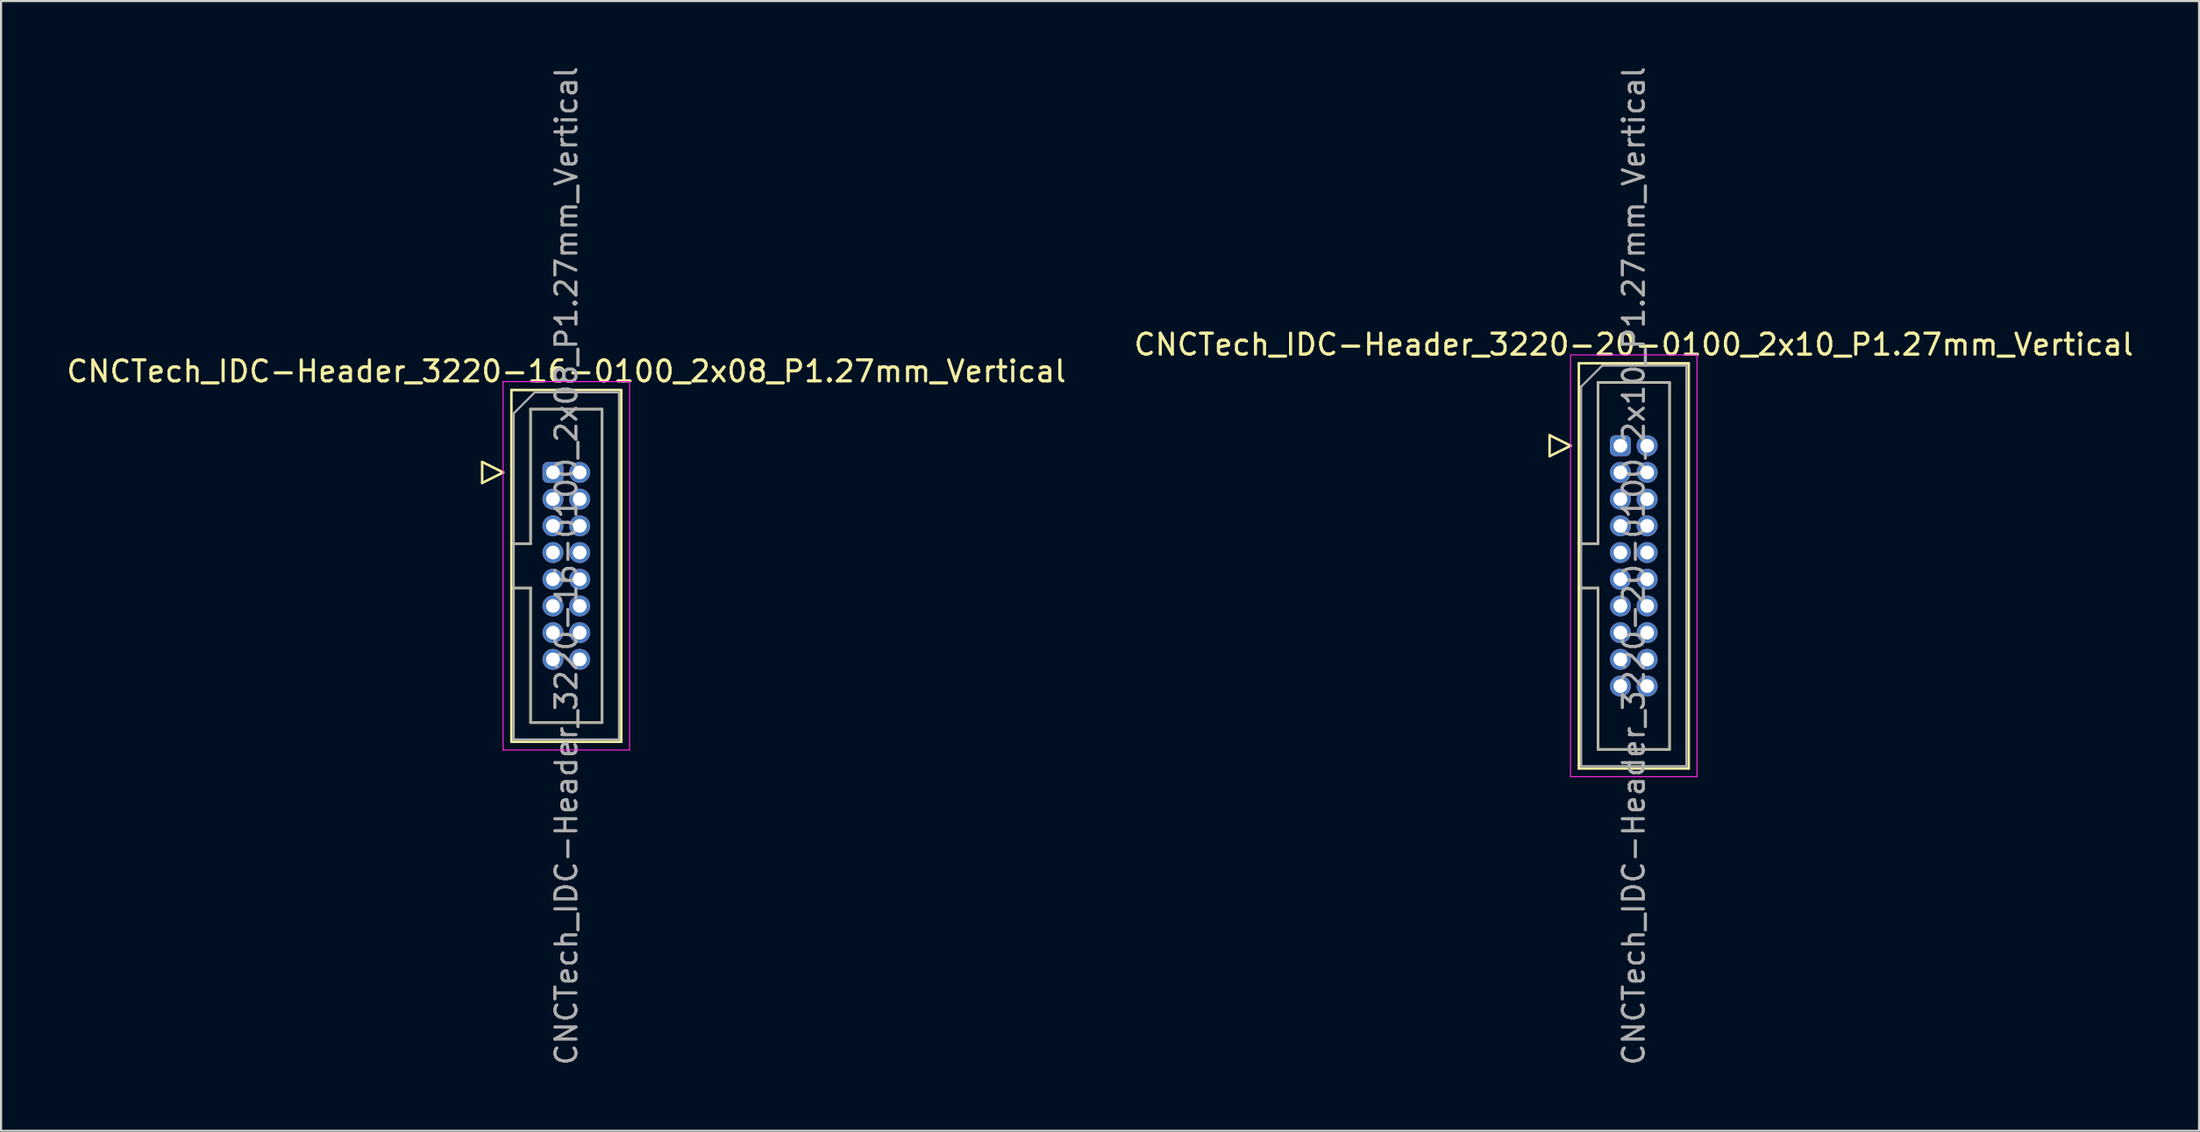
<source format=kicad_pcb>
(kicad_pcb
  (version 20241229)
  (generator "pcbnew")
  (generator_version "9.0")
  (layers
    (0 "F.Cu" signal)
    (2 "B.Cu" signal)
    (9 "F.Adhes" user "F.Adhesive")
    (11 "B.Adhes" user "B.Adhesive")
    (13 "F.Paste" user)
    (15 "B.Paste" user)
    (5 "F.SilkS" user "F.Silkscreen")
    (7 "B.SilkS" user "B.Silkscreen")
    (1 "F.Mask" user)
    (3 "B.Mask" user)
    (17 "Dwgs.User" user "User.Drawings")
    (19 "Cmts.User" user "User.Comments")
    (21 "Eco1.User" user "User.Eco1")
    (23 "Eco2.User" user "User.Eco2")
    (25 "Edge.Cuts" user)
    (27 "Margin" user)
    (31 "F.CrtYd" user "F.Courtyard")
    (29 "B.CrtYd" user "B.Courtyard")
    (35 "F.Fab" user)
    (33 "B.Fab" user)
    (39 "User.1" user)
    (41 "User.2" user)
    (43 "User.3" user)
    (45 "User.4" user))
  (footprint "CNCTech_IDC-Header_3220-16-0100_2x08_P1.27mm_Vertical"
    (layer "F.Cu")
    (at 23.228 19.418)
    (property "Reference" "CNCTech_IDC-Header_3220-16-0100_2x08_P1.27mm_Vertical" (at 0.635 -4.81 0) (layer "F.SilkS") (effects (font (size 1 1) (thickness 0.15))))
    (attr through_hole)
    (fp_line (start -3.365 -0.5) (end -3.365 0.5) (stroke (width 0.12) (type solid)) (layer "F.SilkS"))
    (fp_line (start -3.365 0.5) (end -2.365 0) (stroke (width 0.12) (type solid)) (layer "F.SilkS"))
    (fp_line (start -2.365 0) (end -3.365 -0.5) (stroke (width 0.12) (type solid)) (layer "F.SilkS"))
    (fp_line (start -1.975 -3.92) (end 3.245 -3.92) (stroke (width 0.12) (type solid)) (layer "F.SilkS"))
    (fp_line (start -1.975 3.395) (end -1.065 3.395) (stroke (width 0.12) (type solid)) (layer "F.SilkS"))
    (fp_line (start -1.975 12.81) (end -1.975 -3.92) (stroke (width 0.12) (type solid)) (layer "F.SilkS"))
    (fp_line (start -1.065 -3.01) (end 2.335 -3.01) (stroke (width 0.12) (type solid)) (layer "F.SilkS"))
    (fp_line (start -1.065 3.395) (end -1.065 -3.01) (stroke (width 0.12) (type solid)) (layer "F.SilkS"))
    (fp_line (start -1.065 5.495) (end -1.975 5.495) (stroke (width 0.12) (type solid)) (layer "F.SilkS"))
    (fp_line (start -1.065 5.495) (end -1.065 5.495) (stroke (width 0.12) (type solid)) (layer "F.SilkS"))
    (fp_line (start -1.065 11.9) (end -1.065 5.495) (stroke (width 0.12) (type solid)) (layer "F.SilkS"))
    (fp_line (start 2.335 -3.01) (end 2.335 11.9) (stroke (width 0.12) (type solid)) (layer "F.SilkS"))
    (fp_line (start 2.335 11.9) (end -1.065 11.9) (stroke (width 0.12) (type solid)) (layer "F.SilkS"))
    (fp_line (start 3.245 -3.92) (end 3.245 12.81) (stroke (width 0.12) (type solid)) (layer "F.SilkS"))
    (fp_line (start 3.245 12.81) (end -1.975 12.81) (stroke (width 0.12) (type solid)) (layer "F.SilkS"))
    (fp_line (start -2.37 -4.32) (end -2.37 13.2) (stroke (width 0.05) (type solid)) (layer "F.CrtYd"))
    (fp_line (start -2.37 13.2) (end 3.64 13.2) (stroke (width 0.05) (type solid)) (layer "F.CrtYd"))
    (fp_line (start 3.64 -4.32) (end -2.37 -4.32) (stroke (width 0.05) (type solid)) (layer "F.CrtYd"))
    (fp_line (start 3.64 13.2) (end 3.64 -4.32) (stroke (width 0.05) (type solid)) (layer "F.CrtYd"))
    (fp_line (start -1.865 -2.81) (end -0.865 -3.81) (stroke (width 0.1) (type solid)) (layer "F.Fab"))
    (fp_line (start -1.865 3.395) (end -1.065 3.395) (stroke (width 0.1) (type solid)) (layer "F.Fab"))
    (fp_line (start -1.865 12.7) (end -1.865 -2.81) (stroke (width 0.1) (type solid)) (layer "F.Fab"))
    (fp_line (start -1.065 -3.01) (end 2.335 -3.01) (stroke (width 0.1) (type solid)) (layer "F.Fab"))
    (fp_line (start -1.065 3.395) (end -1.065 -3.01) (stroke (width 0.1) (type solid)) (layer "F.Fab"))
    (fp_line (start -1.065 5.495) (end -1.865 5.495) (stroke (width 0.1) (type solid)) (layer "F.Fab"))
    (fp_line (start -1.065 5.495) (end -1.065 5.495) (stroke (width 0.1) (type solid)) (layer "F.Fab"))
    (fp_line (start -1.065 11.9) (end -1.065 5.495) (stroke (width 0.1) (type solid)) (layer "F.Fab"))
    (fp_line (start -0.865 -3.81) (end 3.135 -3.81) (stroke (width 0.1) (type solid)) (layer "F.Fab"))
    (fp_line (start 2.335 -3.01) (end 2.335 11.9) (stroke (width 0.1) (type solid)) (layer "F.Fab"))
    (fp_line (start 2.335 11.9) (end -1.065 11.9) (stroke (width 0.1) (type solid)) (layer "F.Fab"))
    (fp_line (start 3.135 -3.81) (end 3.135 12.7) (stroke (width 0.1) (type solid)) (layer "F.Fab"))
    (fp_line (start 3.135 12.7) (end -1.865 12.7) (stroke (width 0.1) (type solid)) (layer "F.Fab"))
    (fp_text user "${REFERENCE}" (at 0.635 4.445 90) (layer "F.Fab") (effects (font (size 1 1) (thickness 0.15))))
    (pad "1" thru_hole roundrect (at 0 0) (size 1 1) (drill 0.65) (layers "*.Cu" "*.Mask") (roundrect_rratio 0.25))
    (pad "2" thru_hole circle (at 1.27 0) (size 1 1) (drill 0.65) (layers "*.Cu" "*.Mask"))
    (pad "3" thru_hole circle (at 0 1.27) (size 1 1) (drill 0.65) (layers "*.Cu" "*.Mask"))
    (pad "4" thru_hole circle (at 1.27 1.27) (size 1 1) (drill 0.65) (layers "*.Cu" "*.Mask"))
    (pad "5" thru_hole circle (at 0 2.54) (size 1 1) (drill 0.65) (layers "*.Cu" "*.Mask"))
    (pad "6" thru_hole circle (at 1.27 2.54) (size 1 1) (drill 0.65) (layers "*.Cu" "*.Mask"))
    (pad "7" thru_hole circle (at 0 3.81) (size 1 1) (drill 0.65) (layers "*.Cu" "*.Mask"))
    (pad "8" thru_hole circle (at 1.27 3.81) (size 1 1) (drill 0.65) (layers "*.Cu" "*.Mask"))
    (pad "9" thru_hole circle (at 0 5.08) (size 1 1) (drill 0.65) (layers "*.Cu" "*.Mask"))
    (pad "10" thru_hole circle (at 1.27 5.08) (size 1 1) (drill 0.65) (layers "*.Cu" "*.Mask"))
    (pad "11" thru_hole circle (at 0 6.35) (size 1 1) (drill 0.65) (layers "*.Cu" "*.Mask"))
    (pad "12" thru_hole circle (at 1.27 6.35) (size 1 1) (drill 0.65) (layers "*.Cu" "*.Mask"))
    (pad "13" thru_hole circle (at 0 7.62) (size 1 1) (drill 0.65) (layers "*.Cu" "*.Mask"))
    (pad "14" thru_hole circle (at 1.27 7.62) (size 1 1) (drill 0.65) (layers "*.Cu" "*.Mask"))
    (pad "15" thru_hole circle (at 0 8.89) (size 1 1) (drill 0.65) (layers "*.Cu" "*.Mask"))
    (pad "16" thru_hole circle (at 1.27 8.89) (size 1 1) (drill 0.65) (layers "*.Cu" "*.Mask")))
  (footprint "CNCTech_IDC-Header_3220-20-0100_2x10_P1.27mm_Vertical"
    (layer "F.Cu")
    (at 73.954 18.148)
    (property "Reference" "CNCTech_IDC-Header_3220-20-0100_2x10_P1.27mm_Vertical" (at 0.635 -4.81 0) (layer "F.SilkS") (effects (font (size 1 1) (thickness 0.15))))
    (attr through_hole)
    (fp_line (start -3.365 -0.5) (end -3.365 0.5) (stroke (width 0.12) (type solid)) (layer "F.SilkS"))
    (fp_line (start -3.365 0.5) (end -2.365 0) (stroke (width 0.12) (type solid)) (layer "F.SilkS"))
    (fp_line (start -2.365 0) (end -3.365 -0.5) (stroke (width 0.12) (type solid)) (layer "F.SilkS"))
    (fp_line (start -1.975 -3.92) (end 3.245 -3.92) (stroke (width 0.12) (type solid)) (layer "F.SilkS"))
    (fp_line (start -1.975 4.665) (end -1.065 4.665) (stroke (width 0.12) (type solid)) (layer "F.SilkS"))
    (fp_line (start -1.975 15.35) (end -1.975 -3.92) (stroke (width 0.12) (type solid)) (layer "F.SilkS"))
    (fp_line (start -1.065 -3.01) (end 2.335 -3.01) (stroke (width 0.12) (type solid)) (layer "F.SilkS"))
    (fp_line (start -1.065 4.665) (end -1.065 -3.01) (stroke (width 0.12) (type solid)) (layer "F.SilkS"))
    (fp_line (start -1.065 6.765) (end -1.975 6.765) (stroke (width 0.12) (type solid)) (layer "F.SilkS"))
    (fp_line (start -1.065 6.765) (end -1.065 6.765) (stroke (width 0.12) (type solid)) (layer "F.SilkS"))
    (fp_line (start -1.065 14.44) (end -1.065 6.765) (stroke (width 0.12) (type solid)) (layer "F.SilkS"))
    (fp_line (start 2.335 -3.01) (end 2.335 14.44) (stroke (width 0.12) (type solid)) (layer "F.SilkS"))
    (fp_line (start 2.335 14.44) (end -1.065 14.44) (stroke (width 0.12) (type solid)) (layer "F.SilkS"))
    (fp_line (start 3.245 -3.92) (end 3.245 15.35) (stroke (width 0.12) (type solid)) (layer "F.SilkS"))
    (fp_line (start 3.245 15.35) (end -1.975 15.35) (stroke (width 0.12) (type solid)) (layer "F.SilkS"))
    (fp_line (start -2.37 -4.32) (end -2.37 15.74) (stroke (width 0.05) (type solid)) (layer "F.CrtYd"))
    (fp_line (start -2.37 15.74) (end 3.64 15.74) (stroke (width 0.05) (type solid)) (layer "F.CrtYd"))
    (fp_line (start 3.64 -4.32) (end -2.37 -4.32) (stroke (width 0.05) (type solid)) (layer "F.CrtYd"))
    (fp_line (start 3.64 15.74) (end 3.64 -4.32) (stroke (width 0.05) (type solid)) (layer "F.CrtYd"))
    (fp_line (start -1.865 -2.81) (end -0.865 -3.81) (stroke (width 0.1) (type solid)) (layer "F.Fab"))
    (fp_line (start -1.865 4.665) (end -1.065 4.665) (stroke (width 0.1) (type solid)) (layer "F.Fab"))
    (fp_line (start -1.865 15.24) (end -1.865 -2.81) (stroke (width 0.1) (type solid)) (layer "F.Fab"))
    (fp_line (start -1.065 -3.01) (end 2.335 -3.01) (stroke (width 0.1) (type solid)) (layer "F.Fab"))
    (fp_line (start -1.065 4.665) (end -1.065 -3.01) (stroke (width 0.1) (type solid)) (layer "F.Fab"))
    (fp_line (start -1.065 6.765) (end -1.865 6.765) (stroke (width 0.1) (type solid)) (layer "F.Fab"))
    (fp_line (start -1.065 6.765) (end -1.065 6.765) (stroke (width 0.1) (type solid)) (layer "F.Fab"))
    (fp_line (start -1.065 14.44) (end -1.065 6.765) (stroke (width 0.1) (type solid)) (layer "F.Fab"))
    (fp_line (start -0.865 -3.81) (end 3.135 -3.81) (stroke (width 0.1) (type solid)) (layer "F.Fab"))
    (fp_line (start 2.335 -3.01) (end 2.335 14.44) (stroke (width 0.1) (type solid)) (layer "F.Fab"))
    (fp_line (start 2.335 14.44) (end -1.065 14.44) (stroke (width 0.1) (type solid)) (layer "F.Fab"))
    (fp_line (start 3.135 -3.81) (end 3.135 15.24) (stroke (width 0.1) (type solid)) (layer "F.Fab"))
    (fp_line (start 3.135 15.24) (end -1.865 15.24) (stroke (width 0.1) (type solid)) (layer "F.Fab"))
    (fp_text user "${REFERENCE}" (at 0.635 5.715 90) (layer "F.Fab") (effects (font (size 1 1) (thickness 0.15))))
    (pad "1" thru_hole roundrect (at 0 0) (size 1 1) (drill 0.65) (layers "*.Cu" "*.Mask") (roundrect_rratio 0.25))
    (pad "2" thru_hole circle (at 1.27 0) (size 1 1) (drill 0.65) (layers "*.Cu" "*.Mask"))
    (pad "3" thru_hole circle (at 0 1.27) (size 1 1) (drill 0.65) (layers "*.Cu" "*.Mask"))
    (pad "4" thru_hole circle (at 1.27 1.27) (size 1 1) (drill 0.65) (layers "*.Cu" "*.Mask"))
    (pad "5" thru_hole circle (at 0 2.54) (size 1 1) (drill 0.65) (layers "*.Cu" "*.Mask"))
    (pad "6" thru_hole circle (at 1.27 2.54) (size 1 1) (drill 0.65) (layers "*.Cu" "*.Mask"))
    (pad "7" thru_hole circle (at 0 3.81) (size 1 1) (drill 0.65) (layers "*.Cu" "*.Mask"))
    (pad "8" thru_hole circle (at 1.27 3.81) (size 1 1) (drill 0.65) (layers "*.Cu" "*.Mask"))
    (pad "9" thru_hole circle (at 0 5.08) (size 1 1) (drill 0.65) (layers "*.Cu" "*.Mask"))
    (pad "10" thru_hole circle (at 1.27 5.08) (size 1 1) (drill 0.65) (layers "*.Cu" "*.Mask"))
    (pad "11" thru_hole circle (at 0 6.35) (size 1 1) (drill 0.65) (layers "*.Cu" "*.Mask"))
    (pad "12" thru_hole circle (at 1.27 6.35) (size 1 1) (drill 0.65) (layers "*.Cu" "*.Mask"))
    (pad "13" thru_hole circle (at 0 7.62) (size 1 1) (drill 0.65) (layers "*.Cu" "*.Mask"))
    (pad "14" thru_hole circle (at 1.27 7.62) (size 1 1) (drill 0.65) (layers "*.Cu" "*.Mask"))
    (pad "15" thru_hole circle (at 0 8.89) (size 1 1) (drill 0.65) (layers "*.Cu" "*.Mask"))
    (pad "16" thru_hole circle (at 1.27 8.89) (size 1 1) (drill 0.65) (layers "*.Cu" "*.Mask"))
    (pad "17" thru_hole circle (at 0 10.16) (size 1 1) (drill 0.65) (layers "*.Cu" "*.Mask"))
    (pad "18" thru_hole circle (at 1.27 10.16) (size 1 1) (drill 0.65) (layers "*.Cu" "*.Mask"))
    (pad "19" thru_hole circle (at 0 11.43) (size 1 1) (drill 0.65) (layers "*.Cu" "*.Mask"))
    (pad "20" thru_hole circle (at 1.27 11.43) (size 1 1) (drill 0.65) (layers "*.Cu" "*.Mask")))
  (gr_rect
    (start -3 -3)
    (end 101.452 50.726)
    (stroke (width 0.1) (type default))
    (fill no)
    (layer "Edge.Cuts")))
</source>
